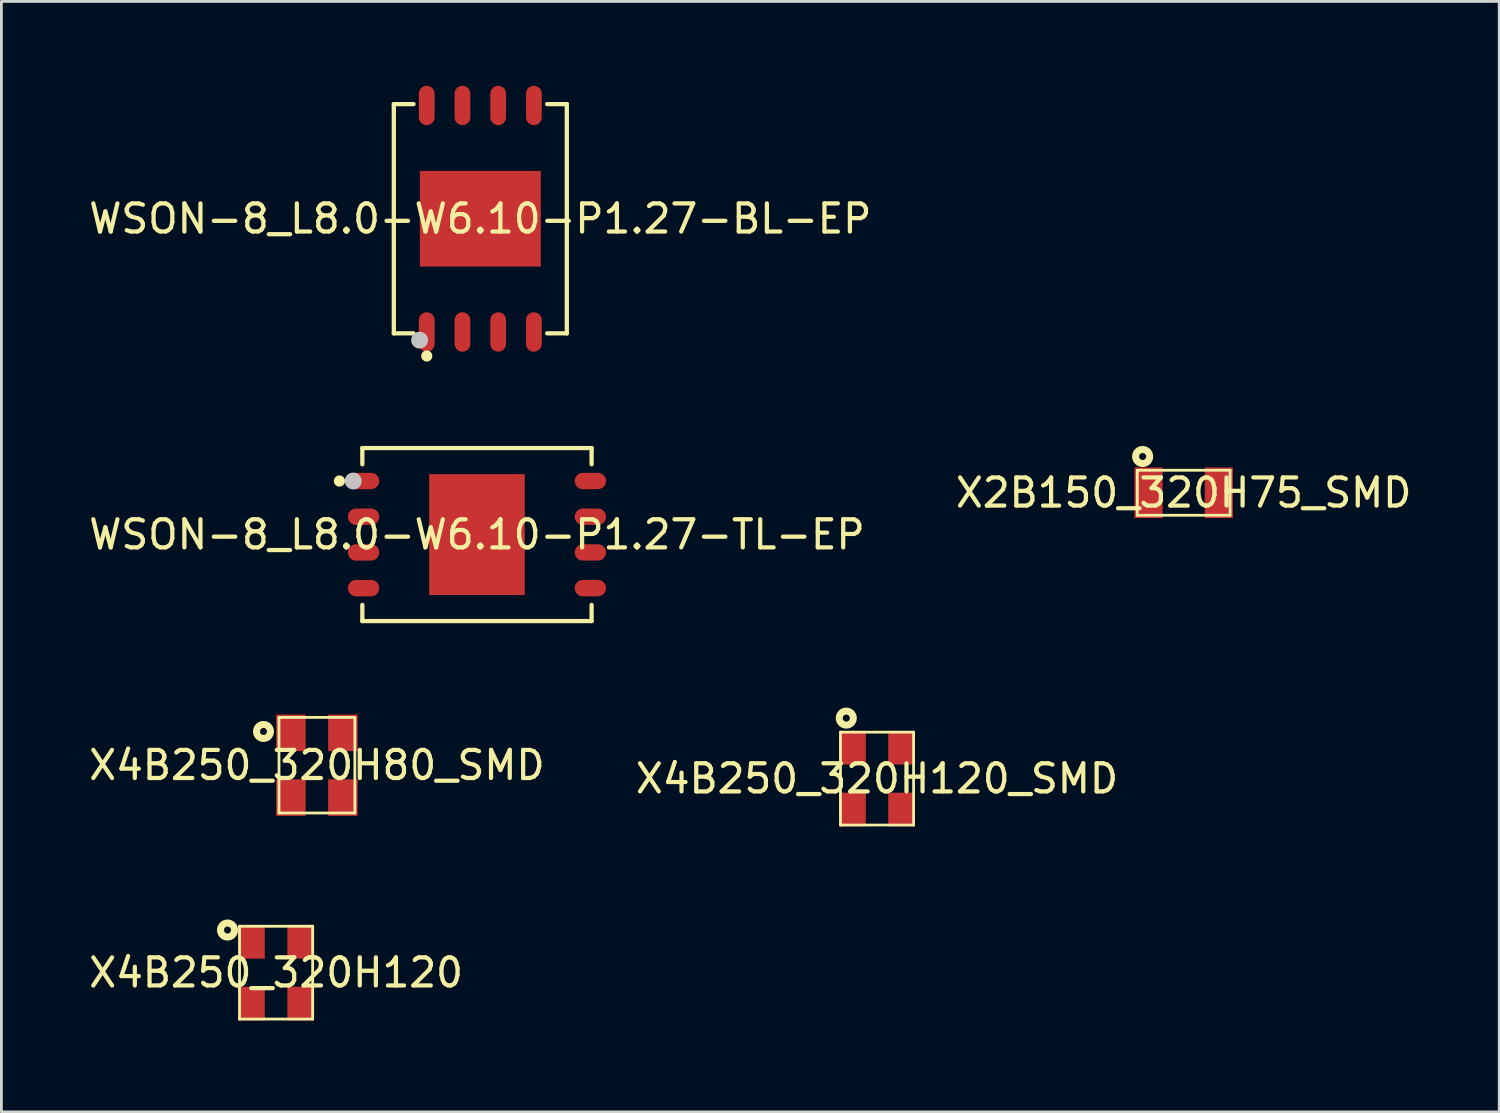
<source format=kicad_pcb>
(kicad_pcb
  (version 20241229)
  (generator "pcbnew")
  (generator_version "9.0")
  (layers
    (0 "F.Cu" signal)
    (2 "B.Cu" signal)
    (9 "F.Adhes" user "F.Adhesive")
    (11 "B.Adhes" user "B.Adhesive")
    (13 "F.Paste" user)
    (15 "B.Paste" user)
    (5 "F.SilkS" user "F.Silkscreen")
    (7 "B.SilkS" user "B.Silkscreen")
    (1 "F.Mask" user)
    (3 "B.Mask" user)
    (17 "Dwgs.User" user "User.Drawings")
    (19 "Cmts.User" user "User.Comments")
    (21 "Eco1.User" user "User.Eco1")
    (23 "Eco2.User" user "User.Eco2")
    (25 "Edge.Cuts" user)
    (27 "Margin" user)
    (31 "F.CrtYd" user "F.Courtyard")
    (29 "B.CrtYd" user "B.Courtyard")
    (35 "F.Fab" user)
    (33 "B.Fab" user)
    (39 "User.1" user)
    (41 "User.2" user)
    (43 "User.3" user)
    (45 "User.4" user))
  (footprint "X4B250_320H120"
    (layer "F.Cu")
    (at 6.768 31.538)
    (property "Reference" "X4B250_320H120" (at 0 0 0) (layer "F.SilkS") (effects (font (size 1 1) (thickness 0.15))))
    (fp_line (start -1.3 -1.65) (end 1.3 -1.65) (stroke (width 0.1) (type default)) (layer "F.SilkS"))
    (fp_line (start -1.3 1.65) (end -1.3 -1.65) (stroke (width 0.1) (type default)) (layer "F.SilkS"))
    (fp_line (start -1.3 1.65) (end 1.3 1.65) (stroke (width 0.1) (type default)) (layer "F.SilkS"))
    (fp_line (start 1.3 1.65) (end 1.3 -1.65) (stroke (width 0.1) (type default)) (layer "F.SilkS"))
    (fp_circle (center -1.728 -1.516) (end -1.478 -1.516) (stroke (width 0.25) (type default)) (fill no) (layer "F.SilkS"))
    (fp_line (start -1.55 -1.9) (end 1.55 -1.9) (stroke (width 0.025) (type default)) (layer "User.1"))
    (fp_line (start -1.55 1.9) (end -1.55 -1.9) (stroke (width 0.025) (type default)) (layer "User.1"))
    (fp_line (start -1.55 1.9) (end 1.55 1.9) (stroke (width 0.025) (type default)) (layer "User.1"))
    (fp_line (start 1.55 1.9) (end 1.55 -1.9) (stroke (width 0.025) (type default)) (layer "User.1"))
    (fp_poly (pts (xy -1.3 1.65) (xy -1.3 -1.65) (xy 1.3 -1.65) (xy 1.3 1.65)) (stroke (width 0.1) (type default)) (fill no) (layer "User.1"))
    (fp_poly (pts (xy -1.3 1.65) (xy -1.3 -1.65) (xy 1.3 -1.65) (xy 1.3 1.65)) (stroke (width 0.1) (type default)) (fill no) (layer "User.1"))
    (fp_poly (pts (xy -1.55 1.9) (xy -1.32 1.9) (xy -1.32 -1.66) (xy 1.31 -1.66) (xy 1.31 1.66) (xy -1.3 1.66) (xy -1.3 1.9) (xy 1.55 1.9) (xy 1.55 -1.9) (xy -1.55 -1.9)) (stroke (width 0.1) (type default)) (fill no) (layer "User.1"))
    (fp_poly (pts (xy -1.55 1.9) (xy -1.32 1.9) (xy -1.32 -1.66) (xy 1.31 -1.66) (xy 1.31 1.66) (xy -1.3 1.66) (xy -1.3 1.9) (xy 1.55 1.9) (xy 1.55 -1.9) (xy -1.55 -1.9)) (stroke (width 0.1) (type default)) (fill no) (layer "User.1"))
    (pad "1" smd rect (at -0.875 -1.1) (size 0.95 1.2) (layers "F.Cu" "F.Mask" "F.Paste"))
    (pad "2" smd rect (at -0.875 1.1) (size 0.95 1.2) (layers "F.Cu" "F.Mask" "F.Paste"))
    (pad "3" smd rect (at 0.875 1.1) (size 0.95 1.2) (layers "F.Cu" "F.Mask" "F.Paste"))
    (pad "4" smd rect (at 0.875 -1.1) (size 0.95 1.2) (layers "F.Cu" "F.Mask" "F.Paste")))
  (footprint "X2B150_320H75_SMD"
    (layer "F.Cu")
    (at 39.042 14.473)
    (property "Reference" "X2B150_320H75_SMD" (at 0 0 0) (layer "F.SilkS") (effects (font (size 1 1) (thickness 0.15))))
    (fp_line (start -1.65 -0.8) (end 1.65 -0.8) (stroke (width 0.1) (type default)) (layer "F.SilkS"))
    (fp_line (start -1.65 0.8) (end -1.65 -0.8) (stroke (width 0.1) (type default)) (layer "F.SilkS"))
    (fp_line (start -1.65 0.8) (end 1.65 0.8) (stroke (width 0.1) (type default)) (layer "F.SilkS"))
    (fp_line (start 1.65 0.8) (end 1.65 -0.8) (stroke (width 0.1) (type default)) (layer "F.SilkS"))
    (fp_circle (center -1.46 -1.29) (end -1.21 -1.29) (stroke (width 0.25) (type default)) (fill no) (layer "F.SilkS"))
    (fp_line (start -1.95 -1.1) (end 1.95 -1.1) (stroke (width 0.025) (type default)) (layer "User.1"))
    (fp_line (start -1.95 1.1) (end -1.95 -1.1) (stroke (width 0.025) (type default)) (layer "User.1"))
    (fp_line (start -1.95 1.1) (end 1.95 1.1) (stroke (width 0.025) (type default)) (layer "User.1"))
    (fp_line (start -1.65 -0.8) (end 1.65 -0.8) (stroke (width 0.025) (type default)) (layer "User.1"))
    (fp_line (start -1.65 0.8) (end -1.65 -0.8) (stroke (width 0.025) (type default)) (layer "User.1"))
    (fp_line (start -1.65 0.8) (end 1.65 0.8) (stroke (width 0.025) (type default)) (layer "User.1"))
    (fp_line (start 1.65 0.8) (end 1.65 -0.8) (stroke (width 0.025) (type default)) (layer "User.1"))
    (fp_line (start 1.95 1.1) (end 1.95 -1.1) (stroke (width 0.025) (type default)) (layer "User.1"))
    (fp_poly (pts (xy -1.95 1.1) (xy -1.69 1.1) (xy -1.69 -0.85) (xy 1.7 -0.85) (xy 1.7 0.85) (xy -1.65 0.85) (xy -1.65 1.1) (xy 1.95 1.1) (xy 1.95 -1.1) (xy -1.95 -1.1)) (stroke (width 0.1) (type default)) (fill no) (layer "User.1"))
    (fp_poly (pts (xy -1.95 1.1) (xy -1.69 1.1) (xy -1.69 -0.85) (xy 1.7 -0.85) (xy 1.7 0.85) (xy -1.65 0.85) (xy -1.65 1.1) (xy 1.95 1.1) (xy 1.95 -1.1) (xy -1.95 -1.1)) (stroke (width 0.1) (type default)) (fill no) (layer "User.1"))
    (pad "1" smd rect (at -1.25 0) (size 1 1.8) (layers "F.Cu" "F.Mask" "F.Paste"))
    (pad "2" smd rect (at 1.25 0) (size 1 1.8) (layers "F.Cu" "F.Mask" "F.Paste")))
  (footprint "WSON-8_L8.0-W6.10-P1.27-BL-EP"
    (layer "F.Cu")
    (at 14.03 4.728)
    (property "Reference" "WSON-8_L8.0-W6.10-P1.27-BL-EP" (at 0 0 0) (layer "F.SilkS") (effects (font (size 1 1) (thickness 0.15))))
    (fp_line (start -3.076 -4.076) (end -2.376 -4.076) (stroke (width 0.152) (type default)) (layer "F.SilkS"))
    (fp_line (start -3.076 4.076) (end -3.076 -4.076) (stroke (width 0.152) (type default)) (layer "F.SilkS"))
    (fp_line (start -2.376 4.076) (end -3.076 4.076) (stroke (width 0.152) (type default)) (layer "F.SilkS"))
    (fp_line (start 2.376 4.076) (end 3.076 4.076) (stroke (width 0.152) (type default)) (layer "F.SilkS"))
    (fp_line (start 3.076 -4.076) (end 2.376 -4.076) (stroke (width 0.152) (type default)) (layer "F.SilkS"))
    (fp_line (start 3.076 4.076) (end 3.076 -4.076) (stroke (width 0.152) (type default)) (layer "F.SilkS"))
    (fp_circle (center -1.905 4.88) (end -1.805 4.88) (stroke (width 0.2) (type default)) (fill no) (layer "F.SilkS"))
    (fp_circle (center -2.159 4.318) (end -2.009 4.318) (stroke (width 0.3) (type default)) (fill no) (layer "Dwgs.User"))
    (fp_poly (pts (xy -2.105 -4) (xy -2.105 -3.5) (xy -1.705 -3.5) (xy -1.705 -4)) (stroke (width 0.1) (type default)) (fill no) (layer "User.1"))
    (fp_poly (pts (xy -2.105 4) (xy -2.105 3.5) (xy -1.705 3.5) (xy -1.705 4)) (stroke (width 0.1) (type default)) (fill no) (layer "User.1"))
    (fp_poly (pts (xy -0.835 -4) (xy -0.835 -3.5) (xy -0.435 -3.5) (xy -0.435 -4)) (stroke (width 0.1) (type default)) (fill no) (layer "User.1"))
    (fp_poly (pts (xy -0.835 4) (xy -0.835 3.5) (xy -0.435 3.5) (xy -0.435 4)) (stroke (width 0.1) (type default)) (fill no) (layer "User.1"))
    (fp_poly (pts (xy 0.435 -4) (xy 0.435 -3.5) (xy 0.835 -3.5) (xy 0.835 -4)) (stroke (width 0.1) (type default)) (fill no) (layer "User.1"))
    (fp_poly (pts (xy 0.435 4) (xy 0.435 3.5) (xy 0.835 3.5) (xy 0.835 4)) (stroke (width 0.1) (type default)) (fill no) (layer "User.1"))
    (fp_poly (pts (xy 1.705 -4) (xy 1.705 -3.5) (xy 2.105 -3.5) (xy 2.105 -4)) (stroke (width 0.1) (type default)) (fill no) (layer "User.1"))
    (fp_poly (pts (xy 1.705 4) (xy 1.705 3.5) (xy 2.105 3.5) (xy 2.105 4)) (stroke (width 0.1) (type default)) (fill no) (layer "User.1"))
    (fp_poly (pts (xy -2.15 1.36) (xy -2.15 -1.7) (xy 2.15 -1.7) (xy 2.15 1.7) (xy -1.81 1.7)) (stroke (width 0.1) (type default)) (fill no) (layer "User.1"))
    (fp_line (start -3 -4) (end 3 -4) (stroke (width 0.051) (type default)) (layer "User.2"))
    (fp_line (start -3 4) (end -3 -4) (stroke (width 0.051) (type default)) (layer "User.2"))
    (fp_line (start 3 -4) (end 3 4) (stroke (width 0.051) (type default)) (layer "User.2"))
    (fp_line (start 3 4) (end -3 4) (stroke (width 0.051) (type default)) (layer "User.2"))
    (fp_poly (pts (xy -2.94 4) (xy -2.958 3.958) (xy -3 3.94) (xy -3.042 3.958) (xy -3.06 4) (xy -3.042 4.042) (xy -3 4.06) (xy -2.958 4.042)) (stroke (width 0.1) (type default)) (fill no) (layer "User.3"))
    (pad "1" smd oval (at -1.905 4.027) (size 0.56 1.4) (layers "F.Cu" "F.Mask" "F.Paste"))
    (pad "2" smd oval (at -0.635 4.027) (size 0.56 1.4) (layers "F.Cu" "F.Mask" "F.Paste"))
    (pad "3" smd oval (at 0.635 4.027) (size 0.56 1.4) (layers "F.Cu" "F.Mask" "F.Paste"))
    (pad "4" smd oval (at 1.905 4.027) (size 0.56 1.4) (layers "F.Cu" "F.Mask" "F.Paste"))
    (pad "5" smd oval (at 1.905 -4.027) (size 0.56 1.4) (layers "F.Cu" "F.Mask" "F.Paste"))
    (pad "6" smd oval (at 0.635 -4.027) (size 0.56 1.4) (layers "F.Cu" "F.Mask" "F.Paste"))
    (pad "7" smd oval (at -0.635 -4.027) (size 0.56 1.4) (layers "F.Cu" "F.Mask" "F.Paste"))
    (pad "8" smd oval (at -1.905 -4.027) (size 0.56 1.4) (layers "F.Cu" "F.Mask" "F.Paste"))
    (pad "9" smd rect (at 0 0) (size 4.3 3.4) (layers "F.Cu" "F.Mask" "F.Paste")))
  (footprint "X4B250_320H80_SMD"
    (layer "F.Cu")
    (at 8.22 24.161)
    (property "Reference" "X4B250_320H80_SMD" (at 0 0 0) (layer "F.SilkS") (effects (font (size 1 1) (thickness 0.15))))
    (fp_line (start -1.349 -1.7) (end -1.349 1.7) (stroke (width 0.099) (type default)) (layer "F.SilkS"))
    (fp_line (start -1.349 -1.7) (end 1.349 -1.7) (stroke (width 0.099) (type default)) (layer "F.SilkS"))
    (fp_line (start -1.349 1.7) (end 1.349 1.7) (stroke (width 0.099) (type default)) (layer "F.SilkS"))
    (fp_line (start 1.349 -1.7) (end 1.349 1.7) (stroke (width 0.099) (type default)) (layer "F.SilkS"))
    (fp_circle (center -1.9 -1.2) (end -1.651 -1.2) (stroke (width 0.249) (type default)) (fill no) (layer "F.SilkS"))
    (fp_line (start -1.651 -1.999) (end -1.651 1.999) (stroke (width 0.025) (type default)) (layer "User.1"))
    (fp_line (start -1.651 -1.999) (end 1.651 -1.999) (stroke (width 0.025) (type default)) (layer "User.1"))
    (fp_line (start -1.651 1.999) (end 1.651 1.999) (stroke (width 0.025) (type default)) (layer "User.1"))
    (fp_line (start -1.001 0) (end 1.001 0) (stroke (width 0.025) (type default)) (layer "User.1"))
    (fp_line (start 0 -1.001) (end 0 1.001) (stroke (width 0.025) (type default)) (layer "User.1"))
    (fp_line (start 1.651 -1.999) (end 1.651 1.999) (stroke (width 0.025) (type default)) (layer "User.1"))
    (fp_poly (pts (xy -1.349 -1.7) (xy -1.349 1.7) (xy 1.349 1.7) (xy 1.349 -1.7)) (stroke (width 0.1) (type default)) (fill no) (layer "User.1"))
    (fp_poly (pts (xy -1.349 -1.7) (xy -1.349 1.7) (xy 1.349 1.7) (xy 1.349 -1.7)) (stroke (width 0.1) (type default)) (fill no) (layer "User.1"))
    (fp_poly (pts (xy 1.651 -1.999) (xy 1.651 1.999) (xy 1.349 1.999) (xy 1.349 1.95) (xy 1.349 -1.7) (xy -1.349 -1.7) (xy -1.349 1.7) (xy 1.275 1.7) (xy 1.275 1.999) (xy -1.651 1.999) (xy -1.651 -1.999)) (stroke (width 0.1) (type default)) (fill no) (layer "User.1"))
    (fp_poly (pts (xy 1.651 -1.999) (xy 1.651 1.999) (xy 1.349 1.999) (xy 1.349 1.95) (xy 1.349 -1.7) (xy -1.349 -1.7) (xy -1.349 1.7) (xy 1.275 1.7) (xy 1.275 1.999) (xy -1.651 1.999) (xy -1.651 -1.999)) (stroke (width 0.1) (type default)) (fill no) (layer "User.1"))
    (pad "1" smd rect (at -0.924 -1.151 270) (size 1.3 1.049) (layers "F.Cu" "F.Mask" "F.Paste"))
    (pad "2" smd rect (at -0.924 1.151 270) (size 1.3 1.049) (layers "F.Cu" "F.Mask" "F.Paste"))
    (pad "3" smd rect (at 0.924 1.151 270) (size 1.3 1.049) (layers "F.Cu" "F.Mask" "F.Paste"))
    (pad "4" smd rect (at 0.924 -1.151 270) (size 1.3 1.049) (layers "F.Cu" "F.Mask" "F.Paste")))
  (footprint "X4B250_320H120_SMD"
    (layer "F.Cu")
    (at 28.137 24.637)
    (property "Reference" "X4B250_320H120_SMD" (at 0 0 0) (layer "F.SilkS") (effects (font (size 1 1) (thickness 0.15))))
    (fp_line (start -1.3 1.651) (end -1.3 -1.651) (stroke (width 0.099) (type default)) (layer "F.SilkS"))
    (fp_line (start 1.3 -1.651) (end -1.3 -1.651) (stroke (width 0.099) (type default)) (layer "F.SilkS"))
    (fp_line (start 1.3 1.651) (end -1.3 1.651) (stroke (width 0.099) (type default)) (layer "F.SilkS"))
    (fp_line (start 1.3 1.651) (end 1.3 -1.651) (stroke (width 0.099) (type default)) (layer "F.SilkS"))
    (fp_circle (center -1.093 -2.151) (end -0.843 -2.151) (stroke (width 0.249) (type default)) (fill no) (layer "F.SilkS"))
    (fp_line (start -1.55 1.9) (end -1.55 -1.9) (stroke (width 0.025) (type default)) (layer "User.1"))
    (fp_line (start 1.55 -1.9) (end -1.55 -1.9) (stroke (width 0.025) (type default)) (layer "User.1"))
    (fp_line (start 1.55 1.9) (end -1.55 1.9) (stroke (width 0.025) (type default)) (layer "User.1"))
    (fp_line (start 1.55 1.9) (end 1.55 -1.9) (stroke (width 0.025) (type default)) (layer "User.1"))
    (fp_poly (pts (xy -1.3 1.651) (xy -1.3 -1.651) (xy 1.3 -1.651) (xy 1.3 1.651)) (stroke (width 0.1) (type default)) (fill no) (layer "User.1"))
    (fp_poly (pts (xy -1.3 1.651) (xy -1.3 -1.651) (xy 1.3 -1.651) (xy 1.3 1.651)) (stroke (width 0.1) (type default)) (fill no) (layer "User.1"))
    (fp_poly (pts (xy -1.55 1.9) (xy -1.321 1.9) (xy -1.321 -1.661) (xy 1.31 -1.661) (xy 1.31 1.661) (xy -1.3 1.661) (xy -1.3 1.9) (xy 1.55 1.9) (xy 1.55 -1.9) (xy -1.55 -1.9)) (stroke (width 0.1) (type default)) (fill no) (layer "User.1"))
    (fp_poly (pts (xy -1.55 1.9) (xy -1.321 1.9) (xy -1.321 -1.661) (xy 1.31 -1.661) (xy 1.31 1.661) (xy -1.3 1.661) (xy -1.3 1.9) (xy 1.55 1.9) (xy 1.55 -1.9) (xy -1.55 -1.9)) (stroke (width 0.1) (type default)) (fill no) (layer "User.1"))
    (pad "1" smd rect (at -0.874 -1.1 90) (size 1.199 0.95) (layers "F.Cu" "F.Mask" "F.Paste"))
    (pad "2" smd rect (at -0.874 1.1 90) (size 1.199 0.95) (layers "F.Cu" "F.Mask" "F.Paste"))
    (pad "3" smd rect (at 0.874 1.1 90) (size 1.199 0.95) (layers "F.Cu" "F.Mask" "F.Paste"))
    (pad "4" smd rect (at 0.874 -1.1 90) (size 1.199 0.95) (layers "F.Cu" "F.Mask" "F.Paste")))
  (footprint "WSON-8_L8.0-W6.10-P1.27-TL-EP"
    (layer "F.Cu")
    (at 13.911 15.96)
    (property "Reference" "WSON-8_L8.0-W6.10-P1.27-TL-EP" (at 0 0 0) (layer "F.SilkS") (effects (font (size 1 1) (thickness 0.15))))
    (fp_line (start -4.076 -3.076) (end -4.076 -2.501) (stroke (width 0.152) (type default)) (layer "F.SilkS"))
    (fp_line (start -4.076 -3.076) (end 4.076 -3.076) (stroke (width 0.152) (type default)) (layer "F.SilkS"))
    (fp_line (start -4.076 3.076) (end -4.076 2.501) (stroke (width 0.152) (type default)) (layer "F.SilkS"))
    (fp_line (start 4.076 -3.076) (end 4.076 -2.501) (stroke (width 0.152) (type default)) (layer "F.SilkS"))
    (fp_line (start 4.076 3.076) (end -4.076 3.076) (stroke (width 0.152) (type default)) (layer "F.SilkS"))
    (fp_line (start 4.076 3.076) (end 4.076 2.501) (stroke (width 0.152) (type default)) (layer "F.SilkS"))
    (fp_circle (center -4.891 -1.905) (end -4.79 -1.905) (stroke (width 0.2) (type default)) (fill no) (layer "F.SilkS"))
    (fp_circle (center -4.4 -1.905) (end -4.25 -1.905) (stroke (width 0.3) (type default)) (fill no) (layer "Dwgs.User"))
    (fp_poly (pts (xy -4 -2.112) (xy -3.5 -2.112) (xy -3.5 -1.698) (xy -4 -1.698)) (stroke (width 0.1) (type default)) (fill no) (layer "User.1"))
    (fp_poly (pts (xy -4 -0.843) (xy -3.5 -0.843) (xy -3.5 -0.427) (xy -4 -0.427)) (stroke (width 0.1) (type default)) (fill no) (layer "User.1"))
    (fp_poly (pts (xy -4 0.427) (xy -3.5 0.427) (xy -3.5 0.843) (xy -4 0.843)) (stroke (width 0.1) (type default)) (fill no) (layer "User.1"))
    (fp_poly (pts (xy -4 1.698) (xy -3.5 1.698) (xy -3.5 2.112) (xy -4 2.112)) (stroke (width 0.1) (type default)) (fill no) (layer "User.1"))
    (fp_poly (pts (xy 4 -2.112) (xy 3.5 -2.112) (xy 3.5 -1.698) (xy 4 -1.698)) (stroke (width 0.1) (type default)) (fill no) (layer "User.1"))
    (fp_poly (pts (xy 4 -0.843) (xy 3.5 -0.843) (xy 3.5 -0.427) (xy 4 -0.427)) (stroke (width 0.1) (type default)) (fill no) (layer "User.1"))
    (fp_poly (pts (xy 4 0.427) (xy 3.5 0.427) (xy 3.5 0.843) (xy 4 0.843)) (stroke (width 0.1) (type default)) (fill no) (layer "User.1"))
    (fp_poly (pts (xy 4 1.698) (xy 3.5 1.698) (xy 3.5 2.112) (xy 4 2.112)) (stroke (width 0.1) (type default)) (fill no) (layer "User.1"))
    (fp_poly (pts (xy -1.02 -2.15) (xy 1.7 -2.15) (xy 1.7 2.15) (xy -1.7 2.15) (xy -1.7 -1.47)) (stroke (width 0.1) (type default)) (fill no) (layer "User.1"))
    (fp_line (start -4 -3) (end 4 -3) (stroke (width 0.051) (type default)) (layer "User.2"))
    (fp_line (start -4 3) (end -4 -3) (stroke (width 0.051) (type default)) (layer "User.2"))
    (fp_line (start 4 -3) (end 4 3) (stroke (width 0.051) (type default)) (layer "User.2"))
    (fp_line (start 4 3) (end -4 3) (stroke (width 0.051) (type default)) (layer "User.2"))
    (fp_poly (pts (xy -3.94 -3) (xy -3.958 -3.042) (xy -4 -3.06) (xy -4.042 -3.042) (xy -4.06 -3) (xy -4.042 -2.958) (xy -4 -2.94) (xy -3.958 -2.958)) (stroke (width 0.1) (type default)) (fill no) (layer "User.3"))
    (pad "1" smd oval (at -4.033 -1.905 270) (size 0.581 1.115) (layers "F.Cu" "F.Mask" "F.Paste"))
    (pad "2" smd oval (at -4.033 -0.635 270) (size 0.581 1.115) (layers "F.Cu" "F.Mask" "F.Paste"))
    (pad "3" smd oval (at -4.033 0.635 270) (size 0.581 1.115) (layers "F.Cu" "F.Mask" "F.Paste"))
    (pad "4" smd oval (at -4.033 1.905 270) (size 0.581 1.115) (layers "F.Cu" "F.Mask" "F.Paste"))
    (pad "5" smd oval (at 4.033 1.905 270) (size 0.581 1.115) (layers "F.Cu" "F.Mask" "F.Paste"))
    (pad "6" smd oval (at 4.033 0.635 270) (size 0.581 1.115) (layers "F.Cu" "F.Mask" "F.Paste"))
    (pad "7" smd oval (at 4.033 -0.635 270) (size 0.581 1.115) (layers "F.Cu" "F.Mask" "F.Paste"))
    (pad "8" smd oval (at 4.033 -1.905 270) (size 0.581 1.115) (layers "F.Cu" "F.Mask" "F.Paste"))
    (pad "9" smd rect (at 0 0) (size 3.4 4.3) (layers "F.Cu" "F.Mask" "F.Paste")))
  (gr_rect
    (start -3 -3)
    (end 50.262 36.487)
    (stroke (width 0.1) (type default))
    (fill no)
    (layer "Edge.Cuts")))
</source>
